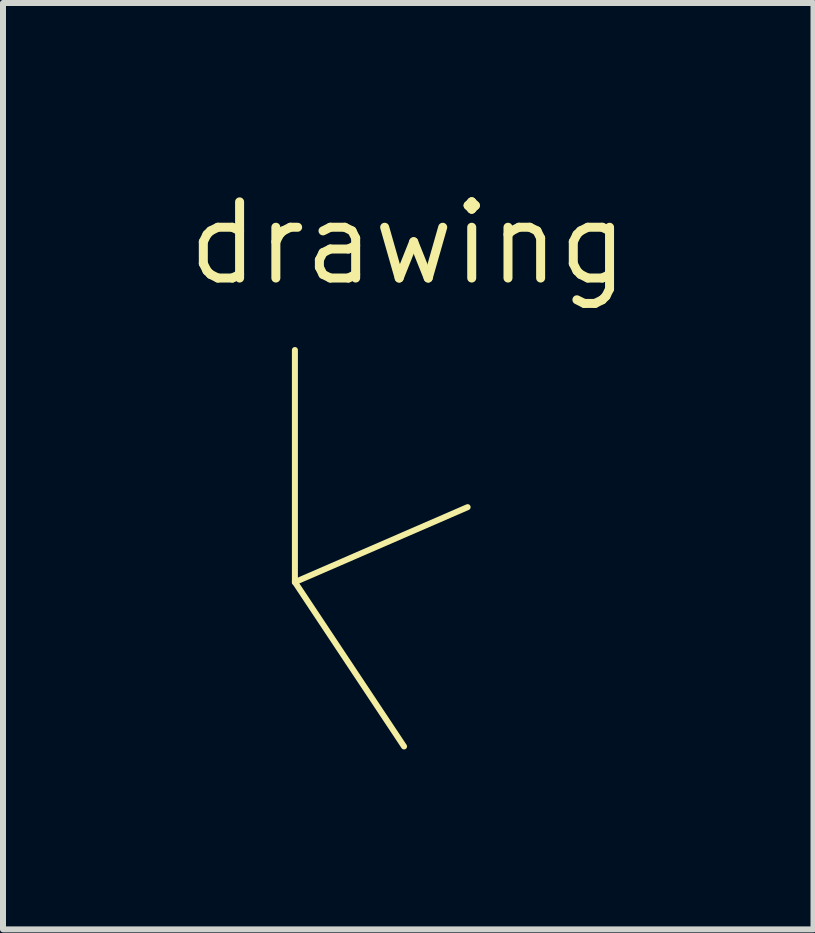
<source format=kicad_pcb>
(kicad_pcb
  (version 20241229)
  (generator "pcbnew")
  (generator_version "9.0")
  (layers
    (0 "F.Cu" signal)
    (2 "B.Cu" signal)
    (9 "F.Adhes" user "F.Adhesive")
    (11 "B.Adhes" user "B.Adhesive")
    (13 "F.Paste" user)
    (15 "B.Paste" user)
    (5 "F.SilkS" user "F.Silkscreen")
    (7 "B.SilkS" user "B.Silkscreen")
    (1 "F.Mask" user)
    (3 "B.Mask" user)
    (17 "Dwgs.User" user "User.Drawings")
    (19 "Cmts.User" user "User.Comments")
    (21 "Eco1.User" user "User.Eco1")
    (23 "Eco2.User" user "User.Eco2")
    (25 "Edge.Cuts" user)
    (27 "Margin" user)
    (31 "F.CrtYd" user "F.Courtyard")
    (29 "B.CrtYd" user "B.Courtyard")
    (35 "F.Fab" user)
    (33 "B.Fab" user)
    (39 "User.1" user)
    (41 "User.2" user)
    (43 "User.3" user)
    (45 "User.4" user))
  (footprint "drawing"
    (layer "F.Cu")
    (at 2.337 6.506)
    (property "Reference" "drawing" (at 1.42 -5.5 0) (layer "F.SilkS") (effects (font (size 1.27 1.27) (thickness 0.15))))
    (attr through_hole)
    (fp_line (start -0.47 -3.72) (end -0.47 0.15) (stroke (width 0.1) (type solid)) (layer "F.SilkS"))
    (fp_line (start -0.47 0.15) (end 1.35 2.89) (stroke (width 0.1) (type solid)) (layer "F.SilkS"))
    (fp_line (start -0.47 0.15) (end 2.41 -1.1) (stroke (width 0.1) (type solid)) (layer "F.SilkS")))
  (gr_rect
    (start -3 -3)
    (end 10.514 12.446)
    (stroke (width 0.1) (type default))
    (fill no)
    (layer "Edge.Cuts")))
</source>
